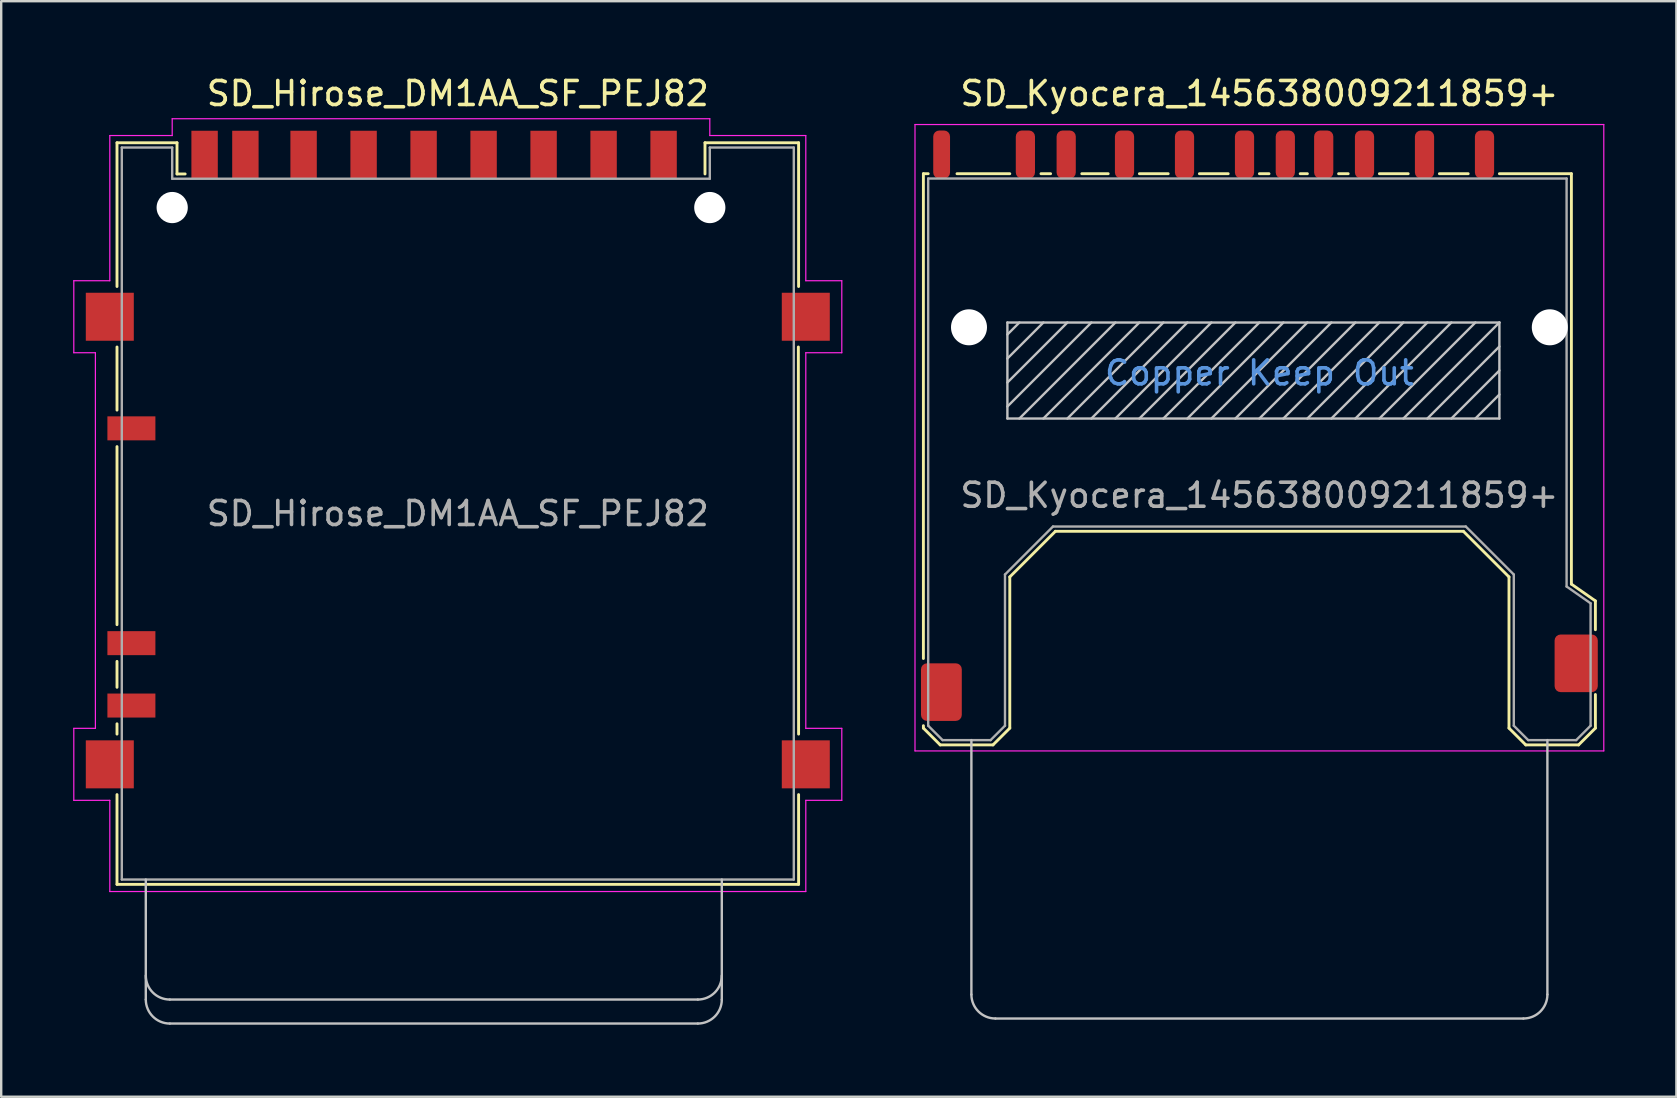
<source format=kicad_pcb>
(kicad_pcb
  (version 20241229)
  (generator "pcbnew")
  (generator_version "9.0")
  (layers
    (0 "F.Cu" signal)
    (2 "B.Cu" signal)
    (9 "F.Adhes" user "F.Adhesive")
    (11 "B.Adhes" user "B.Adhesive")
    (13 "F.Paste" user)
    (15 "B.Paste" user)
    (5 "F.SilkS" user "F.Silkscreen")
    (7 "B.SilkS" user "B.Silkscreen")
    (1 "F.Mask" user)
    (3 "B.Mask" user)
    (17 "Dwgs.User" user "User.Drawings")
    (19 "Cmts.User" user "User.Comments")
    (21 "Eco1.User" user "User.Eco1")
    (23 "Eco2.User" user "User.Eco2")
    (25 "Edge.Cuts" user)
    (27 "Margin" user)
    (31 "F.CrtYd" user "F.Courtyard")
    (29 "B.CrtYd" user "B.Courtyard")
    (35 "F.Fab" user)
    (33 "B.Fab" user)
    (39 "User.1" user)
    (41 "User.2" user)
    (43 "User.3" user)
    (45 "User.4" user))
  (footprint "SD_Kyocera_145638009211859+"
    (layer "F.Cu")
    (at 49.425 15.888)
    (property "Reference" "SD_Kyocera_145638009211859+" (at 0 -15.04 180) (layer "F.SilkS") (effects (font (size 1 1) (thickness 0.15))))
    (attr smd)
    (fp_line (start -14 -11.7) (end -14 8.5) (stroke (width 0.12) (type solid)) (layer "F.SilkS"))
    (fp_line (start -14 11.3) (end -14 11.4) (stroke (width 0.12) (type solid)) (layer "F.SilkS"))
    (fp_line (start -13.8 -11.7) (end -14 -11.7) (stroke (width 0.12) (type solid)) (layer "F.SilkS"))
    (fp_line (start -13.3 12.1) (end -14 11.4) (stroke (width 0.12) (type solid)) (layer "F.SilkS"))
    (fp_line (start -13.3 12.1) (end -11.1 12.1) (stroke (width 0.12) (type solid)) (layer "F.SilkS"))
    (fp_line (start -10.4 -11.7) (end -12.6 -11.7) (stroke (width 0.12) (type solid)) (layer "F.SilkS"))
    (fp_line (start -10.4 11.4) (end -11.1 12.1) (stroke (width 0.12) (type solid)) (layer "F.SilkS"))
    (fp_line (start -10.4 11.4) (end -10.4 5.1) (stroke (width 0.12) (type solid)) (layer "F.SilkS"))
    (fp_line (start -8.7 -11.7) (end -9.1 -11.7) (stroke (width 0.12) (type solid)) (layer "F.SilkS"))
    (fp_line (start -8.5 3.2) (end -10.4 5.1) (stroke (width 0.12) (type solid)) (layer "F.SilkS"))
    (fp_line (start -8.5 3.2) (end 8.5 3.2) (stroke (width 0.12) (type solid)) (layer "F.SilkS"))
    (fp_line (start -6.3 -11.7) (end -7.4 -11.7) (stroke (width 0.12) (type solid)) (layer "F.SilkS"))
    (fp_line (start -3.8 -11.7) (end -5 -11.7) (stroke (width 0.12) (type solid)) (layer "F.SilkS"))
    (fp_line (start -1.3 -11.7) (end -2.5 -11.7) (stroke (width 0.12) (type solid)) (layer "F.SilkS"))
    (fp_line (start 0.4 -11.7) (end 0 -11.7) (stroke (width 0.12) (type solid)) (layer "F.SilkS"))
    (fp_line (start 2 -11.7) (end 1.7 -11.7) (stroke (width 0.12) (type solid)) (layer "F.SilkS"))
    (fp_line (start 3.7 -11.7) (end 3.3 -11.7) (stroke (width 0.12) (type solid)) (layer "F.SilkS"))
    (fp_line (start 6.2 -11.7) (end 5 -11.7) (stroke (width 0.12) (type solid)) (layer "F.SilkS"))
    (fp_line (start 8.5 3.2) (end 10.4 5.1) (stroke (width 0.12) (type solid)) (layer "F.SilkS"))
    (fp_line (start 8.7 -11.7) (end 7.5 -11.7) (stroke (width 0.12) (type solid)) (layer "F.SilkS"))
    (fp_line (start 10.4 11.4) (end 10.4 5.1) (stroke (width 0.12) (type solid)) (layer "F.SilkS"))
    (fp_line (start 10.4 11.4) (end 11.1 12.1) (stroke (width 0.12) (type solid)) (layer "F.SilkS"))
    (fp_line (start 13 -11.7) (end 10 -11.7) (stroke (width 0.12) (type solid)) (layer "F.SilkS"))
    (fp_line (start 13 5.4) (end 13 -11.7) (stroke (width 0.12) (type solid)) (layer "F.SilkS"))
    (fp_line (start 13.3 12.1) (end 11.1 12.1) (stroke (width 0.12) (type solid)) (layer "F.SilkS"))
    (fp_line (start 13.3 12.1) (end 14 11.4) (stroke (width 0.12) (type solid)) (layer "F.SilkS"))
    (fp_line (start 14 6.1) (end 13 5.4) (stroke (width 0.12) (type solid)) (layer "F.SilkS"))
    (fp_line (start 14 6.1) (end 14 7.3) (stroke (width 0.12) (type solid)) (layer "F.SilkS"))
    (fp_line (start 14 10) (end 14 11.4) (stroke (width 0.12) (type solid)) (layer "F.SilkS"))
    (fp_line (start -12 11.9) (end -12 22.5) (stroke (width 0.1) (type solid)) (layer "Dwgs.User"))
    (fp_line (start -11 23.5) (end 11 23.5) (stroke (width 0.1) (type solid)) (layer "Dwgs.User"))
    (fp_line (start -10.5 -5.5) (end 10 -5.5) (stroke (width 0.1) (type solid)) (layer "Dwgs.User"))
    (fp_line (start -10.5 -1.5) (end -10.5 -5.5) (stroke (width 0.1) (type solid)) (layer "Dwgs.User"))
    (fp_line (start -10 -5.5) (end -10.5 -5) (stroke (width 0.1) (type solid)) (layer "Dwgs.User"))
    (fp_line (start -9 -5.5) (end -10.5 -4) (stroke (width 0.1) (type solid)) (layer "Dwgs.User"))
    (fp_line (start -8 -5.5) (end -10.5 -3) (stroke (width 0.1) (type solid)) (layer "Dwgs.User"))
    (fp_line (start -7 -5.5) (end -10.5 -2) (stroke (width 0.1) (type solid)) (layer "Dwgs.User"))
    (fp_line (start -6 -5.5) (end -10 -1.5) (stroke (width 0.1) (type solid)) (layer "Dwgs.User"))
    (fp_line (start -5 -5.5) (end -9 -1.5) (stroke (width 0.1) (type solid)) (layer "Dwgs.User"))
    (fp_line (start -4 -5.5) (end -8 -1.5) (stroke (width 0.1) (type solid)) (layer "Dwgs.User"))
    (fp_line (start -3 -5.5) (end -7 -1.5) (stroke (width 0.1) (type solid)) (layer "Dwgs.User"))
    (fp_line (start -2 -5.5) (end -6 -1.5) (stroke (width 0.1) (type solid)) (layer "Dwgs.User"))
    (fp_line (start -1 -5.5) (end -5 -1.5) (stroke (width 0.1) (type solid)) (layer "Dwgs.User"))
    (fp_line (start 0 -5.5) (end -4 -1.5) (stroke (width 0.1) (type solid)) (layer "Dwgs.User"))
    (fp_line (start 1 -5.5) (end -3 -1.5) (stroke (width 0.1) (type solid)) (layer "Dwgs.User"))
    (fp_line (start 2 -5.5) (end -2 -1.5) (stroke (width 0.1) (type solid)) (layer "Dwgs.User"))
    (fp_line (start 3 -5.5) (end -1 -1.5) (stroke (width 0.1) (type solid)) (layer "Dwgs.User"))
    (fp_line (start 4 -5.5) (end 0 -1.5) (stroke (width 0.1) (type solid)) (layer "Dwgs.User"))
    (fp_line (start 5 -5.5) (end 1 -1.5) (stroke (width 0.1) (type solid)) (layer "Dwgs.User"))
    (fp_line (start 6 -5.5) (end 2 -1.5) (stroke (width 0.1) (type solid)) (layer "Dwgs.User"))
    (fp_line (start 7 -5.5) (end 3 -1.5) (stroke (width 0.1) (type solid)) (layer "Dwgs.User"))
    (fp_line (start 8 -5.5) (end 4 -1.5) (stroke (width 0.1) (type solid)) (layer "Dwgs.User"))
    (fp_line (start 9 -5.5) (end 5 -1.5) (stroke (width 0.1) (type solid)) (layer "Dwgs.User"))
    (fp_line (start 10 -5.5) (end 6 -1.5) (stroke (width 0.1) (type solid)) (layer "Dwgs.User"))
    (fp_line (start 10 -5.5) (end 10 -1.5) (stroke (width 0.1) (type solid)) (layer "Dwgs.User"))
    (fp_line (start 10 -4.5) (end 7 -1.5) (stroke (width 0.1) (type solid)) (layer "Dwgs.User"))
    (fp_line (start 10 -3.5) (end 8 -1.5) (stroke (width 0.1) (type solid)) (layer "Dwgs.User"))
    (fp_line (start 10 -2.5) (end 9 -1.5) (stroke (width 0.1) (type solid)) (layer "Dwgs.User"))
    (fp_line (start 10 -1.5) (end -10.5 -1.5) (stroke (width 0.1) (type solid)) (layer "Dwgs.User"))
    (fp_line (start 12 22.5) (end 12 11.9) (stroke (width 0.1) (type solid)) (layer "Dwgs.User"))
    (fp_arc (start -11 23.5) (mid -11.707107 23.207107) (end -12 22.5) (stroke (width 0.1) (type solid)) (layer "Dwgs.User"))
    (fp_arc (start 12 22.5) (mid 11.707107 23.207107) (end 11 23.5) (stroke (width 0.1) (type solid)) (layer "Dwgs.User"))
    (fp_line (start -14.35 -13.75) (end 14.35 -13.75) (stroke (width 0.05) (type solid)) (layer "F.CrtYd"))
    (fp_line (start -14.35 12.35) (end -14.35 -13.75) (stroke (width 0.05) (type solid)) (layer "F.CrtYd"))
    (fp_line (start 14.35 -13.75) (end 14.35 12.35) (stroke (width 0.05) (type solid)) (layer "F.CrtYd"))
    (fp_line (start 14.35 12.35) (end -14.35 12.35) (stroke (width 0.05) (type solid)) (layer "F.CrtYd"))
    (fp_line (start -13.8 -11.5) (end -13.8 11.3) (stroke (width 0.1) (type solid)) (layer "F.Fab"))
    (fp_line (start -13.2 11.9) (end -13.8 11.3) (stroke (width 0.1) (type solid)) (layer "F.Fab"))
    (fp_line (start -13.2 11.9) (end -11.2 11.9) (stroke (width 0.1) (type solid)) (layer "F.Fab"))
    (fp_line (start -10.6 11.3) (end -11.2 11.9) (stroke (width 0.1) (type solid)) (layer "F.Fab"))
    (fp_line (start -10.6 11.3) (end -10.6 5) (stroke (width 0.1) (type solid)) (layer "F.Fab"))
    (fp_line (start -8.6 3) (end -10.6 5) (stroke (width 0.1) (type solid)) (layer "F.Fab"))
    (fp_line (start -8.6 3) (end 8.6 3) (stroke (width 0.1) (type solid)) (layer "F.Fab"))
    (fp_line (start 10.6 5) (end 8.6 3) (stroke (width 0.1) (type solid)) (layer "F.Fab"))
    (fp_line (start 10.6 5) (end 10.6 11.3) (stroke (width 0.1) (type solid)) (layer "F.Fab"))
    (fp_line (start 11.2 11.9) (end 10.6 11.3) (stroke (width 0.1) (type solid)) (layer "F.Fab"))
    (fp_line (start 11.2 11.9) (end 13.2 11.9) (stroke (width 0.1) (type solid)) (layer "F.Fab"))
    (fp_line (start 12.8 -11.5) (end -13.8 -11.5) (stroke (width 0.1) (type solid)) (layer "F.Fab"))
    (fp_line (start 12.8 5.5) (end 12.8 -11.5) (stroke (width 0.1) (type solid)) (layer "F.Fab"))
    (fp_line (start 13.8 6.2) (end 12.8 5.5) (stroke (width 0.1) (type solid)) (layer "F.Fab"))
    (fp_line (start 13.8 11.3) (end 13.2 11.9) (stroke (width 0.1) (type solid)) (layer "F.Fab"))
    (fp_line (start 13.8 11.3) (end 13.8 6.2) (stroke (width 0.1) (type solid)) (layer "F.Fab"))
    (fp_text user "Copper Keep Out" (at 0 -3.4 180) (layer "Cmts.User") (effects (font (size 1 1) (thickness 0.15))))
    (fp_text user "${REFERENCE}" (at 0 1.7 180) (layer "F.Fab") (effects (font (size 1 1) (thickness 0.15))))
    (pad "" np_thru_hole circle (at -12.1 -5.3 180) (size 1.5 1.5) (drill 1.5) (layers "*.Cu" "*.Mask"))
    (pad "" np_thru_hole circle (at 12.1 -5.3 180) (size 1.5 1.5) (drill 1.5) (layers "*.Cu" "*.Mask"))
    (pad "1" smd roundrect (at 6.88 -12.5) (size 0.8 2) (layers "F.Cu" "F.Mask" "F.Paste") (roundrect_rratio 0.313))
    (pad "2" smd roundrect (at 4.38 -12.5) (size 0.8 2) (layers "F.Cu" "F.Mask" "F.Paste") (roundrect_rratio 0.313))
    (pad "3" smd roundrect (at 1.08 -12.5) (size 0.8 2) (layers "F.Cu" "F.Mask" "F.Paste") (roundrect_rratio 0.313))
    (pad "4" smd roundrect (at -0.62 -12.5) (size 0.8 2) (layers "F.Cu" "F.Mask" "F.Paste") (roundrect_rratio 0.313))
    (pad "5" smd roundrect (at -3.12 -12.5) (size 0.8 2) (layers "F.Cu" "F.Mask" "F.Paste") (roundrect_rratio 0.313))
    (pad "6" smd roundrect (at -5.62 -12.5) (size 0.8 2) (layers "F.Cu" "F.Mask" "F.Paste") (roundrect_rratio 0.313))
    (pad "7" smd roundrect (at -8.05 -12.5) (size 0.8 2) (layers "F.Cu" "F.Mask" "F.Paste") (roundrect_rratio 0.313))
    (pad "8" smd roundrect (at -9.75 -12.5) (size 0.8 2) (layers "F.Cu" "F.Mask" "F.Paste") (roundrect_rratio 0.313))
    (pad "9" smd roundrect (at 9.38 -12.5) (size 0.8 2) (layers "F.Cu" "F.Mask" "F.Paste") (roundrect_rratio 0.313))
    (pad "10" smd roundrect (at 2.68 -12.5) (size 0.8 2) (layers "F.Cu" "F.Mask" "F.Paste") (roundrect_rratio 0.313))
    (pad "11" smd roundrect (at -13.24 -12.5) (size 0.7 2) (layers "F.Cu" "F.Mask" "F.Paste") (roundrect_rratio 0.357))
    (pad "12" smd roundrect (at 13.2 8.7) (size 1.8 2.4) (layers "F.Cu" "F.Mask" "F.Paste") (roundrect_rratio 0.139))
    (pad "13" smd roundrect (at -13.25 9.9) (size 1.7 2.4) (layers "F.Cu" "F.Mask" "F.Paste") (roundrect_rratio 0.147)))
  (footprint "SD_Hirose_DM1AA_SF_PEJ82"
    (layer "F.Cu")
    (at 16.025 18.348)
    (property "Reference" "SD_Hirose_DM1AA_SF_PEJ82" (at 0 -17.5 0) (layer "F.SilkS") (effects (font (size 1 1) (thickness 0.15))))
    (attr smd)
    (fp_line (start -14.2 -15.45) (end -11.7 -15.45) (stroke (width 0.12) (type solid)) (layer "F.SilkS"))
    (fp_line (start -14.2 -9.46) (end -14.2 -15.45) (stroke (width 0.12) (type solid)) (layer "F.SilkS"))
    (fp_line (start -14.2 -4.31) (end -14.2 -6.94) (stroke (width 0.12) (type solid)) (layer "F.SilkS"))
    (fp_line (start -14.2 4.63) (end -14.2 -2.79) (stroke (width 0.12) (type solid)) (layer "F.SilkS"))
    (fp_line (start -14.2 7.24) (end -14.2 6.16) (stroke (width 0.12) (type solid)) (layer "F.SilkS"))
    (fp_line (start -14.2 9.19) (end -14.2 8.76) (stroke (width 0.12) (type solid)) (layer "F.SilkS"))
    (fp_line (start -14.2 15.45) (end -14.2 11.71) (stroke (width 0.12) (type solid)) (layer "F.SilkS"))
    (fp_line (start -11.7 -15.45) (end -11.7 -14.15) (stroke (width 0.12) (type solid)) (layer "F.SilkS"))
    (fp_line (start -11.7 -14.15) (end -11.36 -14.15) (stroke (width 0.12) (type solid)) (layer "F.SilkS"))
    (fp_line (start 10.3 -15.45) (end 10.3 -14.15) (stroke (width 0.12) (type solid)) (layer "F.SilkS"))
    (fp_line (start 14.19 -6.94) (end 14.2 9.19) (stroke (width 0.12) (type solid)) (layer "F.SilkS"))
    (fp_line (start 14.2 -15.45) (end 10.3 -15.45) (stroke (width 0.12) (type solid)) (layer "F.SilkS"))
    (fp_line (start 14.2 -15.45) (end 14.2 -9.46) (stroke (width 0.12) (type solid)) (layer "F.SilkS"))
    (fp_line (start 14.2 11.71) (end 14.2 15.45) (stroke (width 0.12) (type solid)) (layer "F.SilkS"))
    (fp_line (start 14.2 15.45) (end -14.2 15.45) (stroke (width 0.12) (type solid)) (layer "F.SilkS"))
    (fp_line (start -13 20.25) (end -13 15.25) (stroke (width 0.1) (type solid)) (layer "Dwgs.User"))
    (fp_line (start 10 20.25) (end -12 20.25) (stroke (width 0.1) (type solid)) (layer "Dwgs.User"))
    (fp_line (start 10 21.25) (end -12 21.25) (stroke (width 0.1) (type solid)) (layer "Dwgs.User"))
    (fp_line (start 11 20.25) (end 11 15.25) (stroke (width 0.1) (type solid)) (layer "Dwgs.User"))
    (fp_arc (start -12 20.25) (mid -12.707107 19.957107) (end -13 19.25) (stroke (width 0.1) (type solid)) (layer "Dwgs.User"))
    (fp_arc (start -12 21.25) (mid -12.707107 20.957107) (end -13 20.25) (stroke (width 0.1) (type solid)) (layer "Dwgs.User"))
    (fp_arc (start 11 19.25) (mid 10.707107 19.957107) (end 10 20.25) (stroke (width 0.1) (type solid)) (layer "Dwgs.User"))
    (fp_arc (start 11 20.25) (mid 10.707107 20.957107) (end 10 21.25) (stroke (width 0.1) (type solid)) (layer "Dwgs.User"))
    (fp_line (start -16 -9.7) (end -16 -6.7) (stroke (width 0.05) (type solid)) (layer "F.CrtYd"))
    (fp_line (start -16 -6.7) (end -15.1 -6.7) (stroke (width 0.05) (type solid)) (layer "F.CrtYd"))
    (fp_line (start -16 8.95) (end -16 11.95) (stroke (width 0.05) (type solid)) (layer "F.CrtYd"))
    (fp_line (start -16 11.95) (end -14.5 11.95) (stroke (width 0.05) (type solid)) (layer "F.CrtYd"))
    (fp_line (start -15.1 -6.7) (end -15.1 8.95) (stroke (width 0.05) (type solid)) (layer "F.CrtYd"))
    (fp_line (start -15.1 8.95) (end -16 8.95) (stroke (width 0.05) (type solid)) (layer "F.CrtYd"))
    (fp_line (start -14.5 -15.75) (end -14.5 -9.7) (stroke (width 0.05) (type solid)) (layer "F.CrtYd"))
    (fp_line (start -14.5 -15.75) (end -11.9 -15.75) (stroke (width 0.05) (type solid)) (layer "F.CrtYd"))
    (fp_line (start -14.5 -9.7) (end -16 -9.7) (stroke (width 0.05) (type solid)) (layer "F.CrtYd"))
    (fp_line (start -14.5 11.95) (end -14.5 15.75) (stroke (width 0.05) (type solid)) (layer "F.CrtYd"))
    (fp_line (start -11.9 -16.45) (end 10.5 -16.45) (stroke (width 0.05) (type solid)) (layer "F.CrtYd"))
    (fp_line (start -11.9 -15.75) (end -11.9 -16.45) (stroke (width 0.05) (type solid)) (layer "F.CrtYd"))
    (fp_line (start 10.5 -16.45) (end 10.5 -15.75) (stroke (width 0.05) (type solid)) (layer "F.CrtYd"))
    (fp_line (start 10.5 -15.75) (end 14.5 -15.75) (stroke (width 0.05) (type solid)) (layer "F.CrtYd"))
    (fp_line (start 14.5 -15.75) (end 14.5 -9.7) (stroke (width 0.05) (type solid)) (layer "F.CrtYd"))
    (fp_line (start 14.5 -9.7) (end 16 -9.7) (stroke (width 0.05) (type solid)) (layer "F.CrtYd"))
    (fp_line (start 14.5 -6.7) (end 14.5 8.95) (stroke (width 0.05) (type solid)) (layer "F.CrtYd"))
    (fp_line (start 14.5 8.95) (end 16 8.95) (stroke (width 0.05) (type solid)) (layer "F.CrtYd"))
    (fp_line (start 14.5 11.95) (end 14.5 15.75) (stroke (width 0.05) (type solid)) (layer "F.CrtYd"))
    (fp_line (start 14.5 15.75) (end -14.5 15.75) (stroke (width 0.05) (type solid)) (layer "F.CrtYd"))
    (fp_line (start 16 -9.7) (end 16 -6.7) (stroke (width 0.05) (type solid)) (layer "F.CrtYd"))
    (fp_line (start 16 -6.7) (end 14.5 -6.7) (stroke (width 0.05) (type solid)) (layer "F.CrtYd"))
    (fp_line (start 16 8.95) (end 16 11.95) (stroke (width 0.05) (type solid)) (layer "F.CrtYd"))
    (fp_line (start 16 11.95) (end 14.5 11.95) (stroke (width 0.05) (type solid)) (layer "F.CrtYd"))
    (fp_line (start -14 -15.25) (end -14 15.25) (stroke (width 0.1) (type solid)) (layer "F.Fab"))
    (fp_line (start -14 -15.25) (end -11.9 -15.25) (stroke (width 0.1) (type solid)) (layer "F.Fab"))
    (fp_line (start -11.9 -13.95) (end -11.9 -15.25) (stroke (width 0.1) (type solid)) (layer "F.Fab"))
    (fp_line (start 10.5 -15.25) (end 10.5 -13.95) (stroke (width 0.1) (type solid)) (layer "F.Fab"))
    (fp_line (start 10.5 -13.95) (end -11.9 -13.95) (stroke (width 0.1) (type solid)) (layer "F.Fab"))
    (fp_line (start 14 -15.25) (end 10.5 -15.25) (stroke (width 0.1) (type solid)) (layer "F.Fab"))
    (fp_line (start 14 15.25) (end -14 15.25) (stroke (width 0.1) (type solid)) (layer "F.Fab"))
    (fp_line (start 14 15.25) (end 14 -15.25) (stroke (width 0.1) (type solid)) (layer "F.Fab"))
    (fp_text user "${REFERENCE}" (at 0 0 0) (layer "F.Fab") (effects (font (size 1 1) (thickness 0.15))))
    (pad "" np_thru_hole circle (at -11.9 -12.75) (size 1.3 1.3) (drill 1.3) (layers "*.Cu" "*.Mask"))
    (pad "" np_thru_hole circle (at 10.5 -12.75) (size 1.3 1.3) (drill 1.3) (layers "*.Cu" "*.Mask"))
    (pad "1" smd rect (at 6.075 -14.95) (size 1.1 2) (layers "F.Cu" "F.Mask" "F.Paste"))
    (pad "2" smd rect (at 3.575 -14.95) (size 1.1 2) (layers "F.Cu" "F.Mask" "F.Paste"))
    (pad "3" smd rect (at 1.075 -14.95) (size 1.1 2) (layers "F.Cu" "F.Mask" "F.Paste"))
    (pad "4" smd rect (at -1.425 -14.95) (size 1.1 2) (layers "F.Cu" "F.Mask" "F.Paste"))
    (pad "5" smd rect (at -3.925 -14.95) (size 1.1 2) (layers "F.Cu" "F.Mask" "F.Paste"))
    (pad "6" smd rect (at -6.425 -14.95) (size 1.1 2) (layers "F.Cu" "F.Mask" "F.Paste"))
    (pad "7" smd rect (at -8.85 -14.95) (size 1.1 2) (layers "F.Cu" "F.Mask" "F.Paste"))
    (pad "8" smd rect (at -10.55 -14.95) (size 1.1 2) (layers "F.Cu" "F.Mask" "F.Paste"))
    (pad "9" smd rect (at 8.575 -14.95) (size 1.1 2) (layers "F.Cu" "F.Mask" "F.Paste"))
    (pad "CP" smd rect (at -13.6 -3.55) (size 2 1) (layers "F.Cu" "F.Mask" "F.Paste"))
    (pad "SH" smd rect (at -14.5 -8.2) (size 2 2) (layers "F.Cu" "F.Mask" "F.Paste"))
    (pad "SH" smd rect (at -14.5 10.45) (size 2 2) (layers "F.Cu" "F.Mask" "F.Paste"))
    (pad "SH" smd rect (at 14.5 -8.2) (size 2 2) (layers "F.Cu" "F.Mask" "F.Paste"))
    (pad "SH" smd rect (at 14.5 10.45) (size 2 2) (layers "F.Cu" "F.Mask" "F.Paste"))
    (pad "SW" smd rect (at -13.6 8) (size 2 1) (layers "F.Cu" "F.Mask" "F.Paste"))
    (pad "WP" smd rect (at -13.6 5.4) (size 2 1) (layers "F.Cu" "F.Mask" "F.Paste")))
  (gr_rect
    (start -3 -3)
    (end 66.8 42.648)
    (stroke (width 0.1) (type default))
    (fill no)
    (layer "Edge.Cuts")))
</source>
